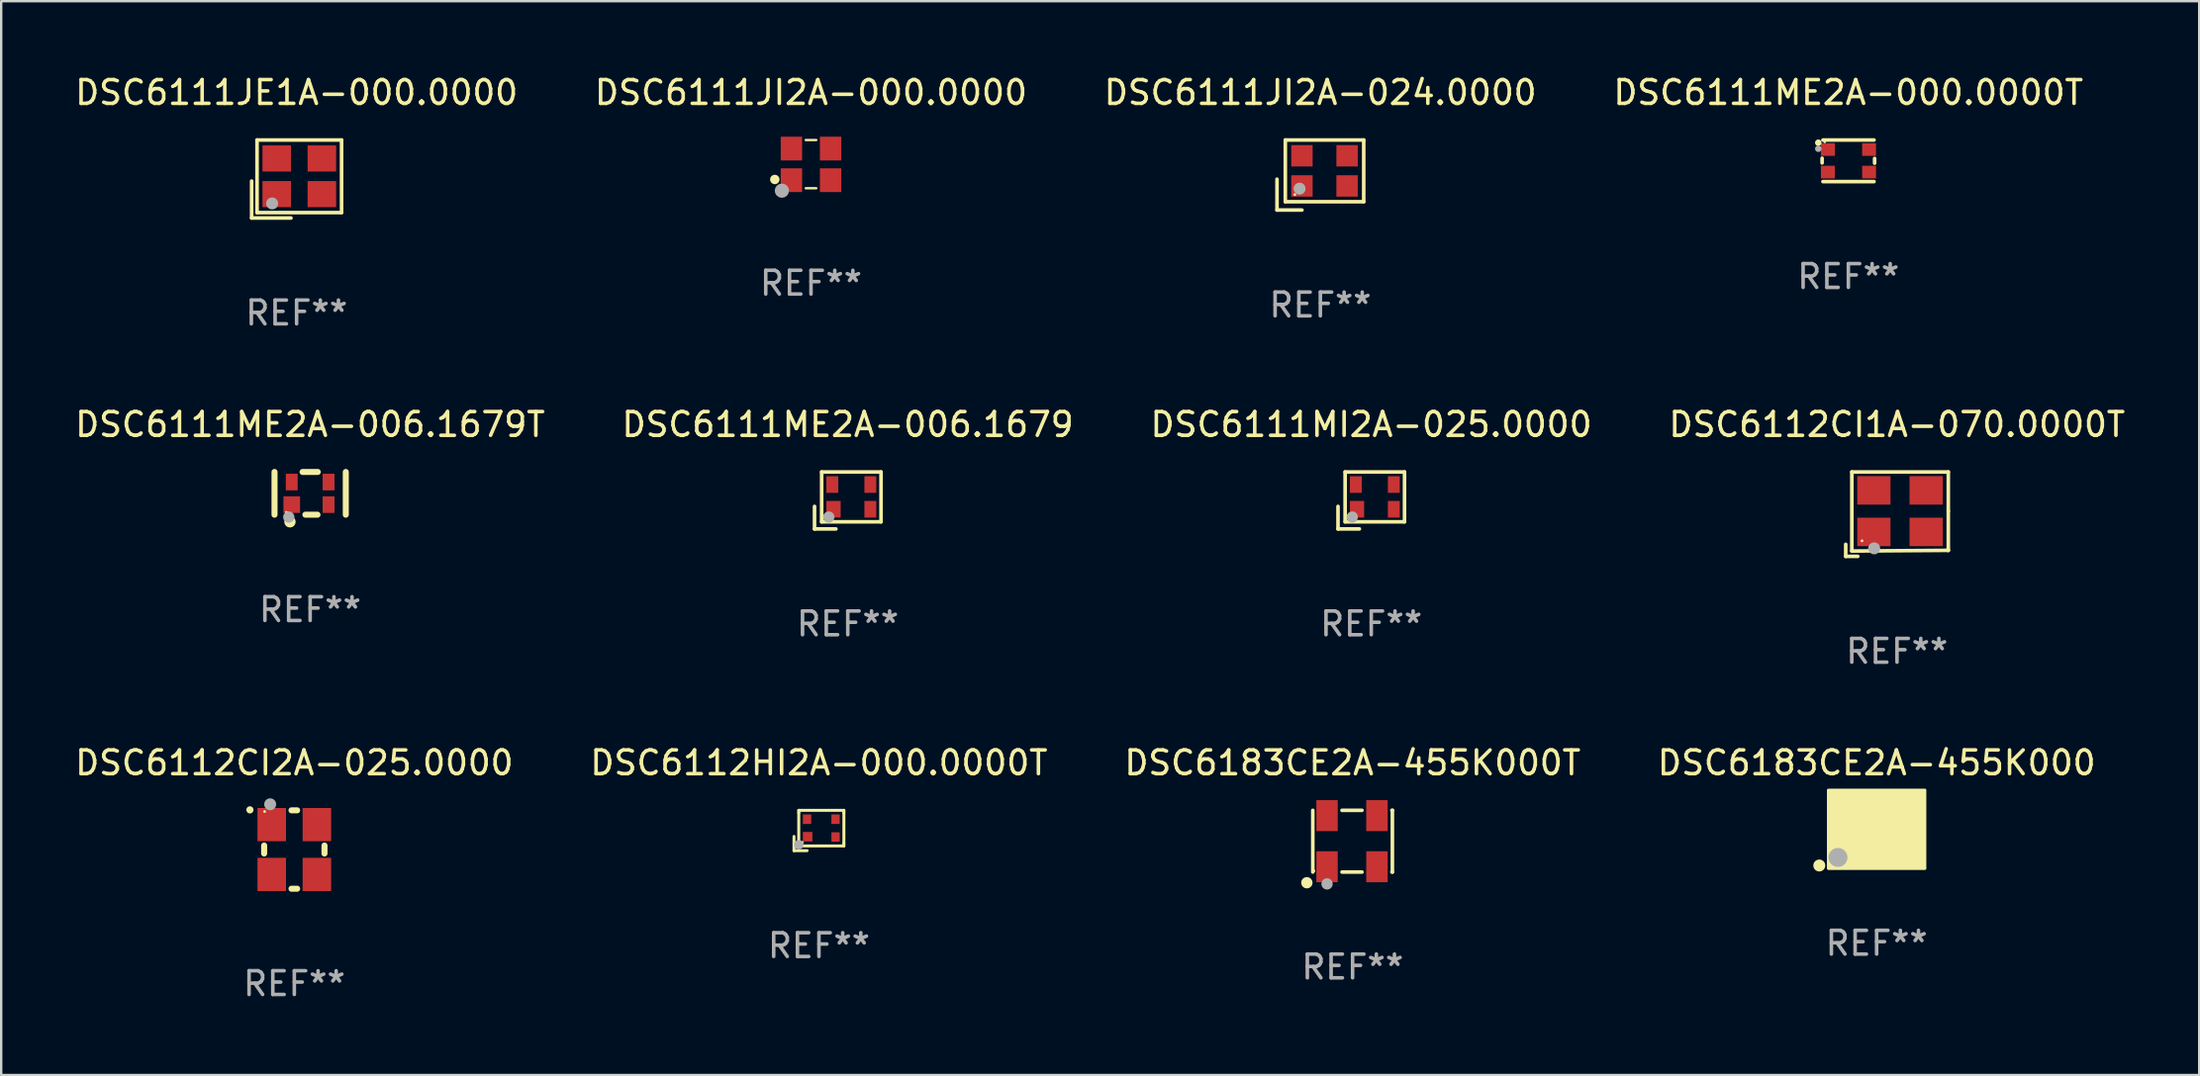
<source format=kicad_pcb>
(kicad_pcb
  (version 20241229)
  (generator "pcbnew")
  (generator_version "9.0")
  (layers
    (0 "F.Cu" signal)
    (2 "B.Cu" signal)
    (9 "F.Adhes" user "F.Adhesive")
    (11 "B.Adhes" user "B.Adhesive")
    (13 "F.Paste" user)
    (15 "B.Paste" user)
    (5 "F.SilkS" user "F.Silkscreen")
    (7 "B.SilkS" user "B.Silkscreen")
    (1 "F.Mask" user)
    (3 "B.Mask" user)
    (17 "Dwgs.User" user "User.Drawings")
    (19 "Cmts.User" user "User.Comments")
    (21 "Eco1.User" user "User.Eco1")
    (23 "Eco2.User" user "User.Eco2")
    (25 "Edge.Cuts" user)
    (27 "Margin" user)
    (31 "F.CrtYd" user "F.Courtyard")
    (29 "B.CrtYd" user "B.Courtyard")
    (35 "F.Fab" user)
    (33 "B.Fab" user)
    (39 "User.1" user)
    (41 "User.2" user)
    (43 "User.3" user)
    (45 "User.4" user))
  (footprint "DSC6111JE1A-000.0000"
    (layer "F.Cu")
    (at 9.435 4.491)
    (property "Reference" "DSC6111JE1A-000.0000" (at 0 -3.643 0) (layer "F.SilkS") (effects (font (size 1 1) (thickness 0.15))))
    (attr through_hole)
    (fp_line (start -1.893 0.086) (end -1.893 1.643) (stroke (width 0.152) (type solid)) (layer "F.SilkS"))
    (fp_line (start -1.893 1.643) (end -0.237 1.643) (stroke (width 0.152) (type solid)) (layer "F.SilkS"))
    (fp_line (start -1.665 -1.643) (end 1.893 -1.643) (stroke (width 0.152) (type solid)) (layer "F.SilkS"))
    (fp_line (start -1.665 1.414) (end -1.665 -1.643) (stroke (width 0.152) (type solid)) (layer "F.SilkS"))
    (fp_line (start 1.893 -1.643) (end 1.893 1.414) (stroke (width 0.152) (type solid)) (layer "F.SilkS"))
    (fp_line (start 1.893 1.414) (end -1.665 1.414) (stroke (width 0.152) (type solid)) (layer "F.SilkS"))
    (fp_circle (center -1.136 0.885) (end -1.106 0.885) (stroke (width 0.06) (type solid)) (fill no) (layer "F.SilkS"))
    (fp_circle (center -1.029 1.028) (end -0.902 1.028) (stroke (width 0.254) (type solid)) (fill no) (layer "F.Fab"))
    (fp_text user "REF**" (at 0 5.643 0) (layer "F.Fab") (effects (font (size 1 1) (thickness 0.15))))
    (pad "1" smd rect (at -0.836 0.636) (size 1.2 1.1) (layers "F.Cu" "F.Mask" "F.Paste"))
    (pad "2" smd rect (at 1.064 0.636) (size 1.2 1.1) (layers "F.Cu" "F.Mask" "F.Paste"))
    (pad "3" smd rect (at 1.064 -0.865) (size 1.2 1.1) (layers "F.Cu" "F.Mask" "F.Paste"))
    (pad "4" smd rect (at -0.836 -0.865) (size 1.2 1.1) (layers "F.Cu" "F.Mask" "F.Paste")))
  (footprint "DSC6183CE2A-455K000T"
    (layer "F.Cu")
    (at 53.887 32.384)
    (property "Reference" "DSC6183CE2A-455K000T" (at 0 -3.3 0) (layer "F.SilkS") (effects (font (size 1 1) (thickness 0.15))))
    (attr through_hole)
    (fp_line (start -1.675 -1.3) (end -1.675 1.3) (stroke (width 0.152) (type solid)) (layer "F.SilkS"))
    (fp_line (start -0.445 1.3) (end 0.395 1.3) (stroke (width 0.152) (type solid)) (layer "F.SilkS"))
    (fp_line (start 0.395 -1.3) (end -0.445 -1.3) (stroke (width 0.152) (type solid)) (layer "F.SilkS"))
    (fp_line (start 1.655 1.3) (end 1.675 1.3) (stroke (width 0.152) (type solid)) (layer "F.SilkS"))
    (fp_line (start 1.675 -1.3) (end 1.655 -1.3) (stroke (width 0.152) (type solid)) (layer "F.SilkS"))
    (fp_line (start 1.675 1.3) (end 1.675 -1.3) (stroke (width 0.152) (type solid)) (layer "F.SilkS"))
    (fp_circle (center -1.925 1.75) (end -1.805 1.75) (stroke (width 0.24) (type solid)) (fill no) (layer "F.SilkS"))
    (fp_circle (center -1.625 1.25) (end -1.595 1.25) (stroke (width 0.06) (type solid)) (fill no) (layer "F.SilkS"))
    (fp_circle (center -1.075 1.8) (end -0.955 1.8) (stroke (width 0.24) (type solid)) (fill no) (layer "F.Fab"))
    (fp_text user "REF**" (at 0 5.3 0) (layer "F.Fab") (effects (font (size 1 1) (thickness 0.15))))
    (pad "1" smd rect (at -1.075 1.077) (size 0.9 1.305) (layers "F.Cu" "F.Mask" "F.Paste"))
    (pad "2" smd rect (at 1.025 1.077) (size 0.9 1.305) (layers "F.Cu" "F.Mask" "F.Paste"))
    (pad "3" smd rect (at 1.025 -1.077) (size 0.9 1.305) (layers "F.Cu" "F.Mask" "F.Paste"))
    (pad "4" smd rect (at -1.075 -1.077) (size 0.9 1.305) (layers "F.Cu" "F.Mask" "F.Paste")))
  (footprint "DSC6112CI1A-070.0000T"
    (layer "F.Cu")
    (at 76.804 18.609)
    (property "Reference" "DSC6112CI1A-070.0000T" (at 0 -3.778 0) (layer "F.SilkS") (effects (font (size 1 1) (thickness 0.15))))
    (attr through_hole)
    (fp_line (start -2.159 1.27) (end -2.159 1.778) (stroke (width 0.152) (type solid)) (layer "F.SilkS"))
    (fp_line (start -2.159 1.778) (end -1.651 1.778) (stroke (width 0.152) (type solid)) (layer "F.SilkS"))
    (fp_line (start -1.902 -1.778) (end 2.159 -1.778) (stroke (width 0.152) (type solid)) (layer "F.SilkS"))
    (fp_line (start -1.902 1.552) (end -1.902 -1.778) (stroke (width 0.152) (type solid)) (layer "F.SilkS"))
    (fp_line (start 2.159 -1.778) (end 2.159 -0.127) (stroke (width 0.152) (type solid)) (layer "F.SilkS"))
    (fp_line (start 2.159 -0.127) (end 2.159 1.524) (stroke (width 0.152) (type solid)) (layer "F.SilkS"))
    (fp_line (start 2.159 1.524) (end -1.902 1.552) (stroke (width 0.152) (type solid)) (layer "F.SilkS"))
    (fp_line (start 2.159 1.524) (end 2.159 1.524) (stroke (width 0.152) (type solid)) (layer "F.SilkS"))
    (fp_circle (center -1.473 1.123) (end -1.443 1.123) (stroke (width 0.06) (type solid)) (fill no) (layer "F.SilkS"))
    (fp_circle (center -0.961 1.44) (end -0.834 1.44) (stroke (width 0.254) (type solid)) (fill no) (layer "F.Fab"))
    (fp_text user "REF**" (at 0 5.778 0) (layer "F.Fab") (effects (font (size 1 1) (thickness 0.15))))
    (pad "1" smd rect (at -0.973 0.748) (size 1.4 1.2) (layers "F.Cu" "F.Mask" "F.Paste"))
    (pad "2" smd rect (at 1.227 0.748) (size 1.4 1.2) (layers "F.Cu" "F.Mask" "F.Paste"))
    (pad "3" smd rect (at 1.227 -1.002) (size 1.4 1.2) (layers "F.Cu" "F.Mask" "F.Paste"))
    (pad "4" smd rect (at -0.973 -1.002) (size 1.4 1.2) (layers "F.Cu" "F.Mask" "F.Paste")))
  (footprint "DSC6183CE2A-455K000"
    (layer "F.Cu")
    (at 75.946 31.884)
    (property "Reference" "DSC6183CE2A-455K000" (at 0 -2.8 0) (layer "F.SilkS") (effects (font (size 1 1) (thickness 0.15))))
    (attr through_hole)
    (fp_circle (center -2.413 1.524) (end -2.286 1.524) (stroke (width 0.254) (type solid)) (fill no) (layer "F.SilkS"))
    (fp_circle (center -1.6 1.25) (end -1.57 1.25) (stroke (width 0.06) (type solid)) (fill no) (layer "F.SilkS"))
    (fp_poly (pts (xy -2.032 -1.651) (xy 2.032 -1.651) (xy 2.032 1.651) (xy -2.032 1.651)) (stroke (width 0.12) (type solid)) (fill yes) (layer "F.SilkS"))
    (fp_circle (center -1.627 1.185) (end -1.427 1.185) (stroke (width 0.4) (type solid)) (fill no) (layer "F.Fab"))
    (fp_text user "REF**" (at 0 4.8 0) (layer "F.Fab") (effects (font (size 1 1) (thickness 0.15))))
    (pad "1" smd rect (at -1.05 0.8) (size 1.4 1.2) (layers "F.Cu" "F.Mask" "F.Paste"))
    (pad "2" smd rect (at 1.05 0.8) (size 1.4 1.2) (layers "F.Cu" "F.Mask" "F.Paste"))
    (pad "3" smd rect (at 1.05 -0.8) (size 1.4 1.2) (layers "F.Cu" "F.Mask" "F.Paste"))
    (pad "4" smd rect (at -1.05 -0.8) (size 1.4 1.2) (layers "F.Cu" "F.Mask" "F.Paste")))
  (footprint "DSC6111ME2A-000.0000T"
    (layer "F.Cu")
    (at 74.756 3.724)
    (property "Reference" "DSC6111ME2A-000.0000T" (at 0 -2.876 0) (layer "F.SilkS") (effects (font (size 1 1) (thickness 0.15))))
    (attr through_hole)
    (fp_line (start -1.105 -0.11) (end -1.105 0.09) (stroke (width 0.152) (type solid)) (layer "F.SilkS"))
    (fp_line (start -1.071 -0.876) (end 1.081 -0.876) (stroke (width 0.152) (type solid)) (layer "F.SilkS"))
    (fp_line (start -1.071 0.876) (end 1.081 0.876) (stroke (width 0.152) (type solid)) (layer "F.SilkS"))
    (fp_line (start 1.105 -0.1) (end 1.105 0.1) (stroke (width 0.152) (type solid)) (layer "F.SilkS"))
    (fp_circle (center -1.265 -0.762) (end -1.196 -0.762) (stroke (width 0.137) (type solid)) (fill no) (layer "F.SilkS"))
    (fp_circle (center -0.995 -0.8) (end -0.965 -0.8) (stroke (width 0.06) (type solid)) (fill no) (layer "F.SilkS"))
    (fp_circle (center -1.265 -0.508) (end -1.196 -0.508) (stroke (width 0.137) (type solid)) (fill no) (layer "F.Fab"))
    (fp_text user "REF**" (at 0 4.876 0) (layer "F.Fab") (effects (font (size 1 1) (thickness 0.15))))
    (pad "1" smd rect (at -0.862 -0.475) (size 0.585 0.532) (layers "F.Cu" "F.Mask" "F.Paste"))
    (pad "2" smd rect (at -0.862 0.475) (size 0.585 0.532) (layers "F.Cu" "F.Mask" "F.Paste"))
    (pad "3" smd rect (at 0.872 0.475) (size 0.585 0.532) (layers "F.Cu" "F.Mask" "F.Paste"))
    (pad "4" smd rect (at 0.872 -0.475) (size 0.585 0.532) (layers "F.Cu" "F.Mask" "F.Paste")))
  (footprint "DSC6111ME2A-006.1679"
    (layer "F.Cu")
    (at 32.637 18.031)
    (property "Reference" "DSC6111ME2A-006.1679" (at 0 -3.2 0) (layer "F.SilkS") (effects (font (size 1 1) (thickness 0.15))))
    (attr through_hole)
    (fp_line (start -1.4 0.25) (end -1.4 1.2) (stroke (width 0.152) (type solid)) (layer "F.SilkS"))
    (fp_line (start -1.4 1.2) (end -0.5 1.2) (stroke (width 0.152) (type solid)) (layer "F.SilkS"))
    (fp_line (start -1.1 -1.2) (end -1.1 0.9) (stroke (width 0.152) (type solid)) (layer "F.SilkS"))
    (fp_line (start -1.1 -1.2) (end 1.4 -1.2) (stroke (width 0.152) (type solid)) (layer "F.SilkS"))
    (fp_line (start -1.1 0.9) (end 1.4 0.9) (stroke (width 0.152) (type solid)) (layer "F.SilkS"))
    (fp_line (start 1.4 0.9) (end 1.4 -1.2) (stroke (width 0.152) (type solid)) (layer "F.SilkS"))
    (fp_circle (center -0.85 0.65) (end -0.82 0.65) (stroke (width 0.06) (type solid)) (fill no) (layer "F.SilkS"))
    (fp_circle (center -0.8 0.7) (end -0.68 0.7) (stroke (width 0.24) (type solid)) (fill no) (layer "F.Fab"))
    (fp_text user "REF**" (at 0 5.2 0) (layer "F.Fab") (effects (font (size 1 1) (thickness 0.15))))
    (pad "1" smd rect (at -0.6 0.37) (size 0.6 0.7) (layers "F.Cu" "F.Mask" "F.Paste"))
    (pad "2" smd rect (at 0.95 0.37) (size 0.5 0.7) (layers "F.Cu" "F.Mask" "F.Paste"))
    (pad "3" smd rect (at 0.95 -0.67) (size 0.5 0.7) (layers "F.Cu" "F.Mask" "F.Paste"))
    (pad "4" smd rect (at -0.65 -0.67) (size 0.5 0.7) (layers "F.Cu" "F.Mask" "F.Paste")))
  (footprint "DSC6111MI2A-025.0000"
    (layer "F.Cu")
    (at 54.673 18.031)
    (property "Reference" "DSC6111MI2A-025.0000" (at 0 -3.2 0) (layer "F.SilkS") (effects (font (size 1 1) (thickness 0.15))))
    (attr through_hole)
    (fp_line (start -1.4 0.25) (end -1.4 1.2) (stroke (width 0.152) (type solid)) (layer "F.SilkS"))
    (fp_line (start -1.4 1.2) (end -0.5 1.2) (stroke (width 0.152) (type solid)) (layer "F.SilkS"))
    (fp_line (start -1.1 -1.2) (end -1.1 0.9) (stroke (width 0.152) (type solid)) (layer "F.SilkS"))
    (fp_line (start -1.1 -1.2) (end 1.4 -1.2) (stroke (width 0.152) (type solid)) (layer "F.SilkS"))
    (fp_line (start -1.1 0.9) (end 1.4 0.9) (stroke (width 0.152) (type solid)) (layer "F.SilkS"))
    (fp_line (start 1.4 0.9) (end 1.4 -1.2) (stroke (width 0.152) (type solid)) (layer "F.SilkS"))
    (fp_circle (center -0.85 0.65) (end -0.82 0.65) (stroke (width 0.06) (type solid)) (fill no) (layer "F.SilkS"))
    (fp_circle (center -0.8 0.7) (end -0.68 0.7) (stroke (width 0.24) (type solid)) (fill no) (layer "F.Fab"))
    (fp_text user "REF**" (at 0 5.2 0) (layer "F.Fab") (effects (font (size 1 1) (thickness 0.15))))
    (pad "1" smd rect (at -0.6 0.37) (size 0.6 0.7) (layers "F.Cu" "F.Mask" "F.Paste"))
    (pad "2" smd rect (at 0.95 0.37) (size 0.5 0.7) (layers "F.Cu" "F.Mask" "F.Paste"))
    (pad "3" smd rect (at 0.95 -0.67) (size 0.5 0.7) (layers "F.Cu" "F.Mask" "F.Paste"))
    (pad "4" smd rect (at -0.65 -0.67) (size 0.5 0.7) (layers "F.Cu" "F.Mask" "F.Paste")))
  (footprint "DSC6112HI2A-000.0000T"
    (layer "F.Cu")
    (at 31.423 31.934)
    (property "Reference" "DSC6112HI2A-000.0000T" (at 0 -2.85 0) (layer "F.SilkS") (effects (font (size 1 1) (thickness 0.15))))
    (attr through_hole)
    (fp_line (start -1.05 0.25) (end -1.05 0.85) (stroke (width 0.125) (type solid)) (layer "F.SilkS"))
    (fp_line (start -1.05 0.85) (end -0.5 0.85) (stroke (width 0.125) (type solid)) (layer "F.SilkS"))
    (fp_line (start -0.85 -0.85) (end 1.05 -0.85) (stroke (width 0.125) (type solid)) (layer "F.SilkS"))
    (fp_line (start -0.85 -0.75) (end -0.85 -0.85) (stroke (width 0.125) (type solid)) (layer "F.SilkS"))
    (fp_line (start -0.85 -0.75) (end -0.85 0.6) (stroke (width 0.125) (type solid)) (layer "F.SilkS"))
    (fp_line (start -0.85 0.6) (end -0.85 0.65) (stroke (width 0.125) (type solid)) (layer "F.SilkS"))
    (fp_line (start 1.05 -0.85) (end 1.05 -0.75) (stroke (width 0.125) (type solid)) (layer "F.SilkS"))
    (fp_line (start 1.05 -0.75) (end 1.05 0.55) (stroke (width 0.125) (type solid)) (layer "F.SilkS"))
    (fp_line (start 1.05 0.55) (end 1.05 0.65) (stroke (width 0.125) (type solid)) (layer "F.SilkS"))
    (fp_line (start 1.05 0.65) (end -0.85 0.65) (stroke (width 0.125) (type solid)) (layer "F.SilkS"))
    (fp_circle (center -0.7 0.5) (end -0.67 0.5) (stroke (width 0.06) (type solid)) (fill no) (layer "F.SilkS"))
    (fp_circle (center -0.85 0.6) (end -0.75 0.6) (stroke (width 0.2) (type solid)) (fill no) (layer "F.Fab"))
    (fp_text user "REF**" (at 0 4.85 0) (layer "F.Fab") (effects (font (size 1 1) (thickness 0.15))))
    (pad "1" smd rect (at -0.475 0.26) (size 0.4 0.4) (layers "F.Cu" "F.Mask" "F.Paste"))
    (pad "2" smd rect (at 0.7 0.275) (size 0.35 0.4) (layers "F.Cu" "F.Mask" "F.Paste"))
    (pad "3" smd rect (at 0.7 -0.475 180) (size 0.35 0.4) (layers "F.Cu" "F.Mask" "F.Paste"))
    (pad "4" smd rect (at -0.5 -0.475) (size 0.35 0.4) (layers "F.Cu" "F.Mask" "F.Paste")))
  (footprint "DSC6111JI2A-000.0000"
    (layer "F.Cu")
    (at 31.089 3.864)
    (property "Reference" "DSC6111JI2A-000.0000" (at 0 -3.016 0) (layer "F.SilkS") (effects (font (size 1 1) (thickness 0.15))))
    (attr through_hole)
    (fp_line (start -0.221 -1.016) (end 0.221 -1.016) (stroke (width 0.1) (type solid)) (layer "F.SilkS"))
    (fp_line (start -0.221 1.016) (end 0.221 1.016) (stroke (width 0.1) (type solid)) (layer "F.SilkS"))
    (fp_circle (center -1.524 0.646) (end -1.424 0.646) (stroke (width 0.2) (type solid)) (fill no) (layer "F.SilkS"))
    (fp_circle (center -1.25 1) (end -1.22 1) (stroke (width 0.06) (type solid)) (fill no) (layer "F.SilkS"))
    (fp_circle (center -1.226 1.118) (end -1.076 1.118) (stroke (width 0.3) (type solid)) (fill no) (layer "F.Fab"))
    (fp_text user "REF**" (at 0 5.016 0) (layer "F.Fab") (effects (font (size 1 1) (thickness 0.15))))
    (pad "1" smd rect (at -0.825 0.676) (size 0.9 1) (layers "F.Cu" "F.Mask" "F.Paste"))
    (pad "2" smd rect (at 0.825 0.676) (size 0.9 1) (layers "F.Cu" "F.Mask" "F.Paste"))
    (pad "3" smd rect (at 0.825 -0.655) (size 0.9 1) (layers "F.Cu" "F.Mask" "F.Paste"))
    (pad "4" smd rect (at -0.825 -0.655) (size 0.9 1) (layers "F.Cu" "F.Mask" "F.Paste")))
  (footprint "DSC6111ME2A-006.1679T"
    (layer "F.Cu")
    (at 10.006 17.731)
    (property "Reference" "DSC6111ME2A-006.1679T" (at 0 -2.9 0) (layer "F.SilkS") (effects (font (size 1 1) (thickness 0.15))))
    (attr through_hole)
    (fp_line (start -1.5 -0.9) (end -1.5 0.9) (stroke (width 0.254) (type solid)) (layer "F.SilkS"))
    (fp_line (start -0.319 -0.9) (end 0.319 -0.9) (stroke (width 0.254) (type solid)) (layer "F.SilkS"))
    (fp_line (start -0.2 0.9) (end 0.308 0.9) (stroke (width 0.254) (type solid)) (layer "F.SilkS"))
    (fp_line (start 1.5 -0.9) (end 1.5 0.9) (stroke (width 0.254) (type solid)) (layer "F.SilkS"))
    (fp_circle (center -1 0.8) (end -0.97 0.8) (stroke (width 0.06) (type solid)) (fill no) (layer "F.SilkS"))
    (fp_circle (center -0.85 1.2) (end -0.73 1.2) (stroke (width 0.24) (type solid)) (fill no) (layer "F.SilkS"))
    (fp_circle (center -0.9 1) (end -0.78 1) (stroke (width 0.24) (type solid)) (fill no) (layer "F.Fab"))
    (fp_text user "REF**" (at 0 4.9 0) (layer "F.Fab") (effects (font (size 1 1) (thickness 0.15))))
    (pad "1" smd rect (at -0.775 0.475 90) (size 0.7 0.7) (layers "F.Cu" "F.Mask" "F.Paste"))
    (pad "2" smd rect (at 0.775 0.475) (size 0.5 0.7) (layers "F.Cu" "F.Mask" "F.Paste"))
    (pad "3" smd rect (at 0.775 -0.475) (size 0.5 0.7) (layers "F.Cu" "F.Mask" "F.Paste"))
    (pad "4" smd rect (at -0.775 -0.475) (size 0.5 0.7) (layers "F.Cu" "F.Mask" "F.Paste")))
  (footprint "DSC6111JI2A-024.0000"
    (layer "F.Cu")
    (at 52.53 4.323)
    (property "Reference" "DSC6111JI2A-024.0000" (at 0 -3.475 0) (layer "F.SilkS") (effects (font (size 1 1) (thickness 0.15))))
    (attr through_hole)
    (fp_line (start -1.825 0.175) (end -1.825 1.475) (stroke (width 0.152) (type solid)) (layer "F.SilkS"))
    (fp_line (start -1.825 1.475) (end -0.775 1.475) (stroke (width 0.152) (type solid)) (layer "F.SilkS"))
    (fp_line (start -1.475 -1.475) (end -1.475 1.125) (stroke (width 0.152) (type solid)) (layer "F.SilkS"))
    (fp_line (start -1.475 1.125) (end 1.825 1.125) (stroke (width 0.152) (type solid)) (layer "F.SilkS"))
    (fp_line (start 1.825 -1.475) (end -1.475 -1.475) (stroke (width 0.152) (type solid)) (layer "F.SilkS"))
    (fp_line (start 1.825 1.125) (end 1.825 -1.475) (stroke (width 0.152) (type solid)) (layer "F.SilkS"))
    (fp_circle (center -1.075 0.825) (end -1.045 0.825) (stroke (width 0.06) (type solid)) (fill no) (layer "F.SilkS"))
    (fp_circle (center -0.875 0.575) (end -0.748 0.575) (stroke (width 0.254) (type solid)) (fill no) (layer "F.Fab"))
    (fp_text user "REF**" (at 0 5.475 0) (layer "F.Fab") (effects (font (size 1 1) (thickness 0.15))))
    (pad "1" smd rect (at -0.775 0.46) (size 0.9 0.9) (layers "F.Cu" "F.Mask" "F.Paste"))
    (pad "2" smd rect (at 1.125 0.46) (size 0.9 0.9) (layers "F.Cu" "F.Mask" "F.Paste"))
    (pad "3" smd rect (at 1.125 -0.81) (size 0.9 0.9) (layers "F.Cu" "F.Mask" "F.Paste"))
    (pad "4" smd rect (at -0.775 -0.81) (size 0.9 0.9) (layers "F.Cu" "F.Mask" "F.Paste")))
  (footprint "DSC6112CI2A-025.0000"
    (layer "F.Cu")
    (at 9.339 32.735)
    (property "Reference" "DSC6112CI2A-025.0000" (at 0 -3.651 0) (layer "F.SilkS") (effects (font (size 1 1) (thickness 0.15))))
    (attr through_hole)
    (fp_line (start -1.27 -0.169) (end -1.27 0.169) (stroke (width 0.254) (type solid)) (layer "F.SilkS"))
    (fp_line (start 0.119 -1.651) (end -0.119 -1.651) (stroke (width 0.254) (type solid)) (layer "F.SilkS"))
    (fp_line (start 0.119 1.651) (end -0.119 1.651) (stroke (width 0.254) (type solid)) (layer "F.SilkS"))
    (fp_line (start 1.27 -0.169) (end 1.27 0.169) (stroke (width 0.254) (type solid)) (layer "F.SilkS"))
    (fp_arc (start -1.868631 -1.669799) (mid -1.868636 -1.671069) (end -1.868631 -1.672339) (stroke (width 0.3) (type solid)) (layer "F.SilkS"))
    (fp_circle (center -1.25 -1.6) (end -1.22 -1.6) (stroke (width 0.06) (type solid)) (fill no) (layer "F.SilkS"))
    (fp_circle (center -1.016 -1.905) (end -0.889 -1.905) (stroke (width 0.254) (type solid)) (fill no) (layer "F.Fab"))
    (fp_text user "REF**" (at 0 5.651 0) (layer "F.Fab") (effects (font (size 1 1) (thickness 0.15))))
    (pad "1" smd rect (at -0.95 -1.05 90) (size 1.4 1.2) (layers "F.Cu" "F.Mask" "F.Paste"))
    (pad "2" smd rect (at -0.95 1.05 90) (size 1.4 1.2) (layers "F.Cu" "F.Mask" "F.Paste"))
    (pad "3" smd rect (at 0.95 1.05 90) (size 1.4 1.2) (layers "F.Cu" "F.Mask" "F.Paste"))
    (pad "4" smd rect (at 0.95 -1.05 90) (size 1.4 1.2) (layers "F.Cu" "F.Mask" "F.Paste")))
  (gr_rect
    (start -3 -3)
    (end 89.524 42.234)
    (stroke (width 0.1) (type default))
    (fill no)
    (layer "Edge.Cuts")))
</source>
